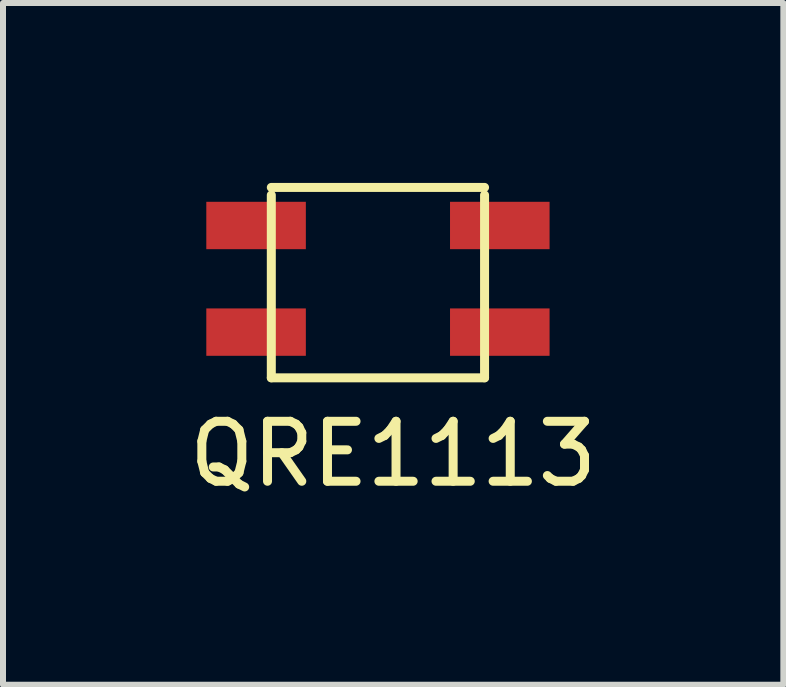
<source format=kicad_pcb>
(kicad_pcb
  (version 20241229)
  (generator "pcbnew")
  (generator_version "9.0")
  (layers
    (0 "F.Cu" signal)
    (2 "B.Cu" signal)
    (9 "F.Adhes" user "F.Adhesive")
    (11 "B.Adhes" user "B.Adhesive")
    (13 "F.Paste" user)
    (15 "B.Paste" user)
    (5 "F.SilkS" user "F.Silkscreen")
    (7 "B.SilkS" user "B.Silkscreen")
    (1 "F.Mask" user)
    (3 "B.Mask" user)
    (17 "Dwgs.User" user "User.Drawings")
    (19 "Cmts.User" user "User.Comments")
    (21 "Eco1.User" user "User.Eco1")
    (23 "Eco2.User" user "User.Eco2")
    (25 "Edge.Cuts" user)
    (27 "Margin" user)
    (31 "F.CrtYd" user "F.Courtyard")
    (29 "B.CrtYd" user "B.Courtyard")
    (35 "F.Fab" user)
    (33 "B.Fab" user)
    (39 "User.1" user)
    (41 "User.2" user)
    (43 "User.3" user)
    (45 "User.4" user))
  (footprint "QRE1113"
    (layer "F.Cu")
    (at 0.458 3.123)
    (property "Reference" "QRE1113" (at 3.048 1.397 0) (layer "F.SilkS") (effects (font (size 1 1) (thickness 0.15))))
    (attr through_hole)
    (fp_line (start 1.016 -2.921) (end 1.016 0.127) (stroke (width 0.15) (type solid)) (layer "F.SilkS"))
    (fp_line (start 1.016 0.127) (end 4.572 0.127) (stroke (width 0.15) (type solid)) (layer "F.SilkS"))
    (fp_line (start 4.572 -3.048) (end 1.016 -3.048) (stroke (width 0.15) (type solid)) (layer "F.SilkS"))
    (fp_line (start 4.572 0.127) (end 4.572 -2.921) (stroke (width 0.15) (type solid)) (layer "F.SilkS"))
    (pad "1" smd rect (at 0.762 -0.635) (size 1.66 0.79) (layers "F.Cu" "F.Mask" "F.Paste"))
    (pad "2" smd rect (at 4.826 -0.635) (size 1.66 0.79) (layers "F.Cu" "F.Mask" "F.Paste"))
    (pad "3" smd rect (at 4.826 -2.413) (size 1.66 0.79) (layers "F.Cu" "F.Mask" "F.Paste"))
    (pad "4" smd rect (at 0.762 -2.413) (size 1.66 0.79) (layers "F.Cu" "F.Mask" "F.Paste")))
  (gr_rect
    (start -3 -3)
    (end 10.012 8.368)
    (stroke (width 0.1) (type default))
    (fill no)
    (layer "Edge.Cuts")))
</source>
